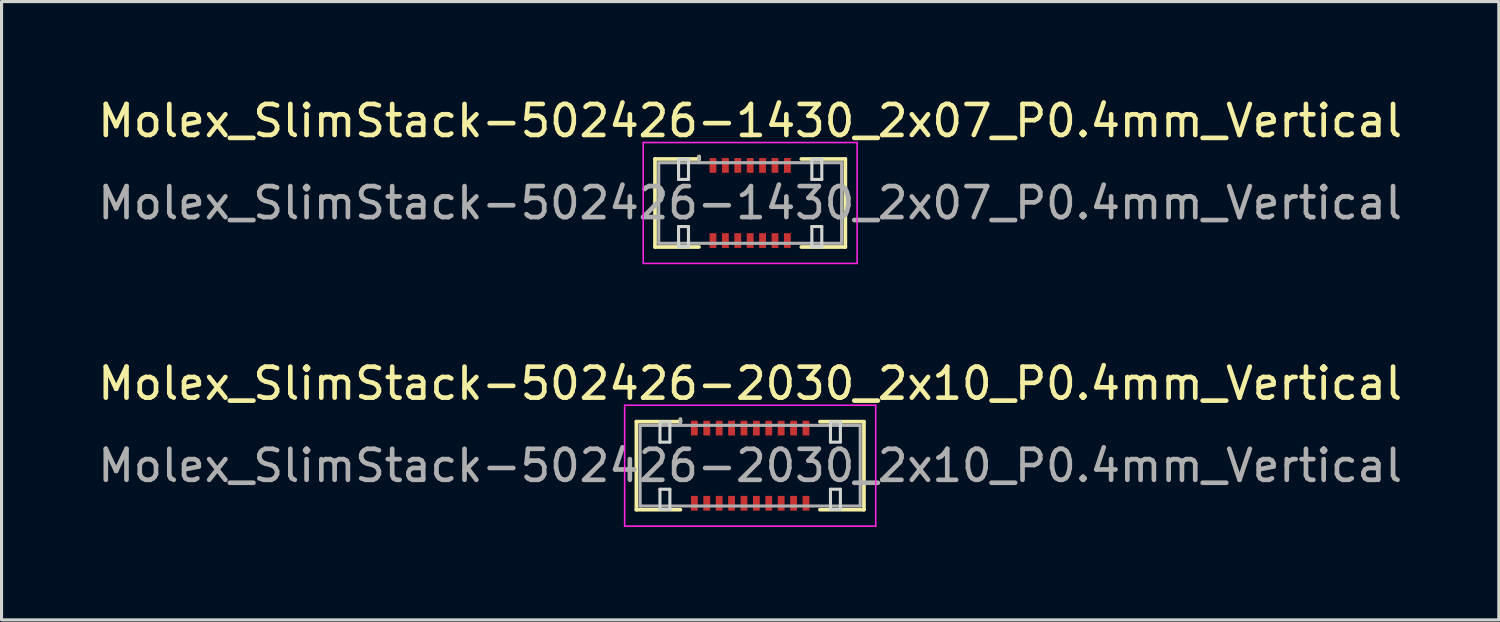
<source format=kicad_pcb>
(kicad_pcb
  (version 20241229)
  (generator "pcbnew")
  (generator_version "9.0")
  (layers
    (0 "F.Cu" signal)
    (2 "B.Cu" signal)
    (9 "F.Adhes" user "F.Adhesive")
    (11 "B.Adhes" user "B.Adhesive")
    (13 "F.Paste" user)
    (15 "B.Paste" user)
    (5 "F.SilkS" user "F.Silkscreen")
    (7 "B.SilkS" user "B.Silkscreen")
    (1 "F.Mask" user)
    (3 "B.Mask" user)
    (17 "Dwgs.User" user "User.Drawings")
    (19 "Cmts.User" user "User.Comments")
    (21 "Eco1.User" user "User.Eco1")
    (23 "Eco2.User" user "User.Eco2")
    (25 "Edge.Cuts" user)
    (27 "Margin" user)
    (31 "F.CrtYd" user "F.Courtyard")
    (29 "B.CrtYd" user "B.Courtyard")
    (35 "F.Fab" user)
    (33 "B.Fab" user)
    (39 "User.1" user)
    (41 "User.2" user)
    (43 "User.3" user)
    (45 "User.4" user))
  (footprint "Molex_SlimStack-502426-1430_2x07_P0.4mm_Vertical"
    (layer "F.Cu")
    (at 21.149 3.498)
    (property "Reference" "Molex_SlimStack-502426-1430_2x07_P0.4mm_Vertical" (at 0 -2.65 0) (layer "F.SilkS") (effects (font (size 1 1) (thickness 0.15))))
    (attr smd)
    (fp_line (start -3.07 -1.42) (end -1.65 -1.42) (stroke (width 0.12) (type solid)) (layer "F.SilkS"))
    (fp_line (start -3.07 1.42) (end -3.07 -1.42) (stroke (width 0.12) (type solid)) (layer "F.SilkS"))
    (fp_line (start -1.65 -1.42) (end -1.65 -1.5) (stroke (width 0.12) (type solid)) (layer "F.SilkS"))
    (fp_line (start -1.65 1.42) (end -3.07 1.42) (stroke (width 0.12) (type solid)) (layer "F.SilkS"))
    (fp_line (start 1.65 1.42) (end 3.07 1.42) (stroke (width 0.12) (type solid)) (layer "F.SilkS"))
    (fp_line (start 3.07 -1.42) (end 1.65 -1.42) (stroke (width 0.12) (type solid)) (layer "F.SilkS"))
    (fp_line (start 3.07 1.42) (end 3.07 -1.42) (stroke (width 0.12) (type solid)) (layer "F.SilkS"))
    (fp_line (start -2.31 -1.41) (end -2.31 -0.76) (stroke (width 0.1) (type solid)) (layer "Edge.Cuts"))
    (fp_line (start -2.31 -0.76) (end -1.99 -0.76) (stroke (width 0.1) (type solid)) (layer "Edge.Cuts"))
    (fp_line (start -2.31 0.76) (end -2.31 1.41) (stroke (width 0.1) (type solid)) (layer "Edge.Cuts"))
    (fp_line (start -2.31 1.41) (end -1.99 1.41) (stroke (width 0.1) (type solid)) (layer "Edge.Cuts"))
    (fp_line (start -1.99 -1.41) (end -2.31 -1.41) (stroke (width 0.1) (type solid)) (layer "Edge.Cuts"))
    (fp_line (start -1.99 -0.76) (end -1.99 -1.41) (stroke (width 0.1) (type solid)) (layer "Edge.Cuts"))
    (fp_line (start -1.99 0.76) (end -2.31 0.76) (stroke (width 0.1) (type solid)) (layer "Edge.Cuts"))
    (fp_line (start -1.99 1.41) (end -1.99 0.76) (stroke (width 0.1) (type solid)) (layer "Edge.Cuts"))
    (fp_line (start 1.99 -1.41) (end 1.99 -0.76) (stroke (width 0.1) (type solid)) (layer "Edge.Cuts"))
    (fp_line (start 1.99 -0.76) (end 2.31 -0.76) (stroke (width 0.1) (type solid)) (layer "Edge.Cuts"))
    (fp_line (start 1.99 0.76) (end 1.99 1.41) (stroke (width 0.1) (type solid)) (layer "Edge.Cuts"))
    (fp_line (start 1.99 1.41) (end 2.31 1.41) (stroke (width 0.1) (type solid)) (layer "Edge.Cuts"))
    (fp_line (start 2.31 -1.41) (end 1.99 -1.41) (stroke (width 0.1) (type solid)) (layer "Edge.Cuts"))
    (fp_line (start 2.31 -0.76) (end 2.31 -1.41) (stroke (width 0.1) (type solid)) (layer "Edge.Cuts"))
    (fp_line (start 2.31 0.76) (end 1.99 0.76) (stroke (width 0.1) (type solid)) (layer "Edge.Cuts"))
    (fp_line (start 2.31 1.41) (end 2.31 0.76) (stroke (width 0.1) (type solid)) (layer "Edge.Cuts"))
    (fp_line (start -3.45 -1.95) (end -3.45 1.95) (stroke (width 0.05) (type solid)) (layer "F.CrtYd"))
    (fp_line (start -3.45 1.95) (end 3.45 1.95) (stroke (width 0.05) (type solid)) (layer "F.CrtYd"))
    (fp_line (start 3.45 -1.95) (end -3.45 -1.95) (stroke (width 0.05) (type solid)) (layer "F.CrtYd"))
    (fp_line (start 3.45 1.95) (end 3.45 -1.95) (stroke (width 0.05) (type solid)) (layer "F.CrtYd"))
    (fp_line (start -2.95 -1.3) (end -2.95 1.3) (stroke (width 0.1) (type solid)) (layer "F.Fab"))
    (fp_line (start -2.95 1.3) (end 2.95 1.3) (stroke (width 0.1) (type solid)) (layer "F.Fab"))
    (fp_line (start -1.65 -1.3) (end -1.65 -1.5) (stroke (width 0.1) (type solid)) (layer "F.Fab"))
    (fp_line (start 2.95 -1.3) (end -2.95 -1.3) (stroke (width 0.1) (type solid)) (layer "F.Fab"))
    (fp_line (start 2.95 1.3) (end 2.95 -1.3) (stroke (width 0.1) (type solid)) (layer "F.Fab"))
    (fp_text user "${REFERENCE}" (at 0 0 0) (layer "F.Fab") (effects (font (size 1 1) (thickness 0.15))))
    (pad "1" smd rect (at 1.2 -1.212) (size 0.22 0.475) (layers "F.Cu" "F.Mask" "F.Paste"))
    (pad "2" smd rect (at 1.2 1.212) (size 0.22 0.475) (layers "F.Cu" "F.Mask" "F.Paste"))
    (pad "3" smd rect (at 0.8 -1.212) (size 0.22 0.475) (layers "F.Cu" "F.Mask" "F.Paste"))
    (pad "4" smd rect (at 0.8 1.212) (size 0.22 0.475) (layers "F.Cu" "F.Mask" "F.Paste"))
    (pad "5" smd rect (at 0.4 -1.212) (size 0.22 0.475) (layers "F.Cu" "F.Mask" "F.Paste"))
    (pad "6" smd rect (at 0.4 1.212) (size 0.22 0.475) (layers "F.Cu" "F.Mask" "F.Paste"))
    (pad "7" smd rect (at 0 -1.212) (size 0.22 0.475) (layers "F.Cu" "F.Mask" "F.Paste"))
    (pad "8" smd rect (at 0 1.212) (size 0.22 0.475) (layers "F.Cu" "F.Mask" "F.Paste"))
    (pad "9" smd rect (at -0.4 -1.212) (size 0.22 0.475) (layers "F.Cu" "F.Mask" "F.Paste"))
    (pad "10" smd rect (at -0.4 1.212) (size 0.22 0.475) (layers "F.Cu" "F.Mask" "F.Paste"))
    (pad "11" smd rect (at -0.8 -1.212) (size 0.22 0.475) (layers "F.Cu" "F.Mask" "F.Paste"))
    (pad "12" smd rect (at -0.8 1.212) (size 0.22 0.475) (layers "F.Cu" "F.Mask" "F.Paste"))
    (pad "13" smd rect (at -1.2 -1.212) (size 0.22 0.475) (layers "F.Cu" "F.Mask" "F.Paste"))
    (pad "14" smd rect (at -1.2 1.212) (size 0.22 0.475) (layers "F.Cu" "F.Mask" "F.Paste")))
  (footprint "Molex_SlimStack-502426-2030_2x10_P0.4mm_Vertical"
    (layer "F.Cu")
    (at 21.149 11.972)
    (property "Reference" "Molex_SlimStack-502426-2030_2x10_P0.4mm_Vertical" (at 0 -2.65 0) (layer "F.SilkS") (effects (font (size 1 1) (thickness 0.15))))
    (attr smd)
    (fp_line (start -3.67 -1.42) (end -2.25 -1.42) (stroke (width 0.12) (type solid)) (layer "F.SilkS"))
    (fp_line (start -3.67 1.42) (end -3.67 -1.42) (stroke (width 0.12) (type solid)) (layer "F.SilkS"))
    (fp_line (start -2.25 -1.42) (end -2.25 -1.5) (stroke (width 0.12) (type solid)) (layer "F.SilkS"))
    (fp_line (start -2.25 1.42) (end -3.67 1.42) (stroke (width 0.12) (type solid)) (layer "F.SilkS"))
    (fp_line (start 2.25 1.42) (end 3.67 1.42) (stroke (width 0.12) (type solid)) (layer "F.SilkS"))
    (fp_line (start 3.67 -1.42) (end 2.25 -1.42) (stroke (width 0.12) (type solid)) (layer "F.SilkS"))
    (fp_line (start 3.67 1.42) (end 3.67 -1.42) (stroke (width 0.12) (type solid)) (layer "F.SilkS"))
    (fp_line (start -2.91 -1.41) (end -2.91 -0.76) (stroke (width 0.1) (type solid)) (layer "Edge.Cuts"))
    (fp_line (start -2.91 -0.76) (end -2.59 -0.76) (stroke (width 0.1) (type solid)) (layer "Edge.Cuts"))
    (fp_line (start -2.91 0.76) (end -2.91 1.41) (stroke (width 0.1) (type solid)) (layer "Edge.Cuts"))
    (fp_line (start -2.91 1.41) (end -2.59 1.41) (stroke (width 0.1) (type solid)) (layer "Edge.Cuts"))
    (fp_line (start -2.59 -1.41) (end -2.91 -1.41) (stroke (width 0.1) (type solid)) (layer "Edge.Cuts"))
    (fp_line (start -2.59 -0.76) (end -2.59 -1.41) (stroke (width 0.1) (type solid)) (layer "Edge.Cuts"))
    (fp_line (start -2.59 0.76) (end -2.91 0.76) (stroke (width 0.1) (type solid)) (layer "Edge.Cuts"))
    (fp_line (start -2.59 1.41) (end -2.59 0.76) (stroke (width 0.1) (type solid)) (layer "Edge.Cuts"))
    (fp_line (start 2.59 -1.41) (end 2.59 -0.76) (stroke (width 0.1) (type solid)) (layer "Edge.Cuts"))
    (fp_line (start 2.59 -0.76) (end 2.91 -0.76) (stroke (width 0.1) (type solid)) (layer "Edge.Cuts"))
    (fp_line (start 2.59 0.76) (end 2.59 1.41) (stroke (width 0.1) (type solid)) (layer "Edge.Cuts"))
    (fp_line (start 2.59 1.41) (end 2.91 1.41) (stroke (width 0.1) (type solid)) (layer "Edge.Cuts"))
    (fp_line (start 2.91 -1.41) (end 2.59 -1.41) (stroke (width 0.1) (type solid)) (layer "Edge.Cuts"))
    (fp_line (start 2.91 -0.76) (end 2.91 -1.41) (stroke (width 0.1) (type solid)) (layer "Edge.Cuts"))
    (fp_line (start 2.91 0.76) (end 2.59 0.76) (stroke (width 0.1) (type solid)) (layer "Edge.Cuts"))
    (fp_line (start 2.91 1.41) (end 2.91 0.76) (stroke (width 0.1) (type solid)) (layer "Edge.Cuts"))
    (fp_line (start -4.05 -1.95) (end -4.05 1.95) (stroke (width 0.05) (type solid)) (layer "F.CrtYd"))
    (fp_line (start -4.05 1.95) (end 4.05 1.95) (stroke (width 0.05) (type solid)) (layer "F.CrtYd"))
    (fp_line (start 4.05 -1.95) (end -4.05 -1.95) (stroke (width 0.05) (type solid)) (layer "F.CrtYd"))
    (fp_line (start 4.05 1.95) (end 4.05 -1.95) (stroke (width 0.05) (type solid)) (layer "F.CrtYd"))
    (fp_line (start -3.55 -1.3) (end -3.55 1.3) (stroke (width 0.1) (type solid)) (layer "F.Fab"))
    (fp_line (start -3.55 1.3) (end 3.55 1.3) (stroke (width 0.1) (type solid)) (layer "F.Fab"))
    (fp_line (start -2.25 -1.3) (end -2.25 -1.5) (stroke (width 0.1) (type solid)) (layer "F.Fab"))
    (fp_line (start 3.55 -1.3) (end -3.55 -1.3) (stroke (width 0.1) (type solid)) (layer "F.Fab"))
    (fp_line (start 3.55 1.3) (end 3.55 -1.3) (stroke (width 0.1) (type solid)) (layer "F.Fab"))
    (fp_text user "${REFERENCE}" (at 0 0 0) (layer "F.Fab") (effects (font (size 1 1) (thickness 0.15))))
    (pad "1" smd rect (at 1.8 -1.212) (size 0.22 0.475) (layers "F.Cu" "F.Mask" "F.Paste"))
    (pad "2" smd rect (at 1.8 1.212) (size 0.22 0.475) (layers "F.Cu" "F.Mask" "F.Paste"))
    (pad "3" smd rect (at 1.4 -1.212) (size 0.22 0.475) (layers "F.Cu" "F.Mask" "F.Paste"))
    (pad "4" smd rect (at 1.4 1.212) (size 0.22 0.475) (layers "F.Cu" "F.Mask" "F.Paste"))
    (pad "5" smd rect (at 1 -1.212) (size 0.22 0.475) (layers "F.Cu" "F.Mask" "F.Paste"))
    (pad "6" smd rect (at 1 1.212) (size 0.22 0.475) (layers "F.Cu" "F.Mask" "F.Paste"))
    (pad "7" smd rect (at 0.6 -1.212) (size 0.22 0.475) (layers "F.Cu" "F.Mask" "F.Paste"))
    (pad "8" smd rect (at 0.6 1.212) (size 0.22 0.475) (layers "F.Cu" "F.Mask" "F.Paste"))
    (pad "9" smd rect (at 0.2 -1.212) (size 0.22 0.475) (layers "F.Cu" "F.Mask" "F.Paste"))
    (pad "10" smd rect (at 0.2 1.212) (size 0.22 0.475) (layers "F.Cu" "F.Mask" "F.Paste"))
    (pad "11" smd rect (at -0.2 -1.212) (size 0.22 0.475) (layers "F.Cu" "F.Mask" "F.Paste"))
    (pad "12" smd rect (at -0.2 1.212) (size 0.22 0.475) (layers "F.Cu" "F.Mask" "F.Paste"))
    (pad "13" smd rect (at -0.6 -1.212) (size 0.22 0.475) (layers "F.Cu" "F.Mask" "F.Paste"))
    (pad "14" smd rect (at -0.6 1.212) (size 0.22 0.475) (layers "F.Cu" "F.Mask" "F.Paste"))
    (pad "15" smd rect (at -1 -1.212) (size 0.22 0.475) (layers "F.Cu" "F.Mask" "F.Paste"))
    (pad "16" smd rect (at -1 1.212) (size 0.22 0.475) (layers "F.Cu" "F.Mask" "F.Paste"))
    (pad "17" smd rect (at -1.4 -1.212) (size 0.22 0.475) (layers "F.Cu" "F.Mask" "F.Paste"))
    (pad "18" smd rect (at -1.4 1.212) (size 0.22 0.475) (layers "F.Cu" "F.Mask" "F.Paste"))
    (pad "19" smd rect (at -1.8 -1.212) (size 0.22 0.475) (layers "F.Cu" "F.Mask" "F.Paste"))
    (pad "20" smd rect (at -1.8 1.212) (size 0.22 0.475) (layers "F.Cu" "F.Mask" "F.Paste")))
  (gr_rect
    (start -3 -3)
    (end 45.298 16.947)
    (stroke (width 0.1) (type default))
    (fill no)
    (layer "Edge.Cuts")))
</source>
